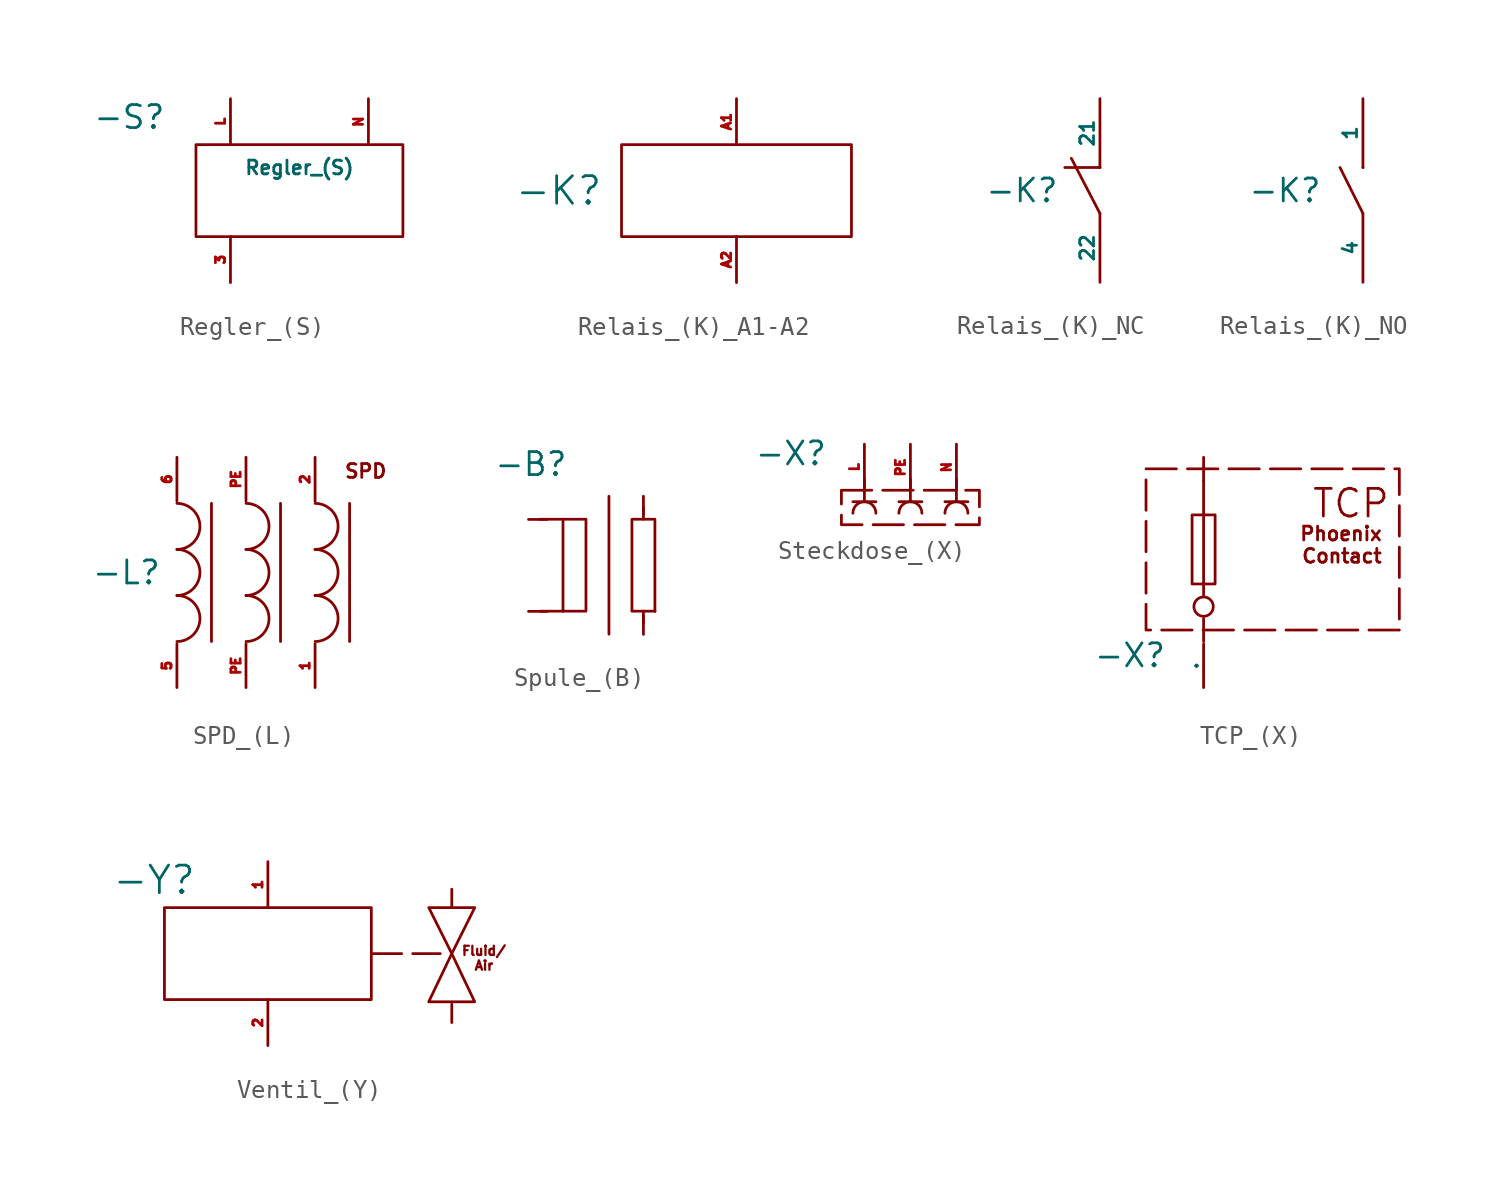
<source format=kicad_sym>
(kicad_symbol_lib
  (version 20241209)
  (generator "kicad_symbol_editor")
  (generator_version "9.0")
  (symbol "Regler_(S)"
    (power)
    (pin_names
      (hide yes))
    (property "Reference" "-S"
      (at -9.398 4.064 0)
      (effects (font (size 1.27 1.27))))
    (property "Value" "Regler_(S)"
      (at 0 1.27 0)
      (effects (font (size 0.762 0.762))))
    (symbol "Regler_(S)_0_1"
      (rectangle (start -5.715 2.54) (end 5.715 -2.54) (stroke (width 0) (type default)) (fill (type none))))
    (symbol "Regler_(S)_1_1"
      (pin input line (at -3.81 5.08 270) (length 2.54) (name "1" (effects (font (size 0.762 0.762)))) (number "L" (effects (font (size 0.508 0.508)))))
      (pin input line (at -3.81 -5.08 90) (length 2.54) (name "3" (effects (font (size 0.762 0.762)))) (number "3" (effects (font (size 0.508 0.508)))))
      (pin input line (at 3.81 5.08 270) (length 2.54) (name "4" (effects (font (size 0.762 0.762)))) (number "N" (effects (font (size 0.508 0.508)))))))
  (symbol "Relais_(K)_A1-A2"
    (pin_names
      (hide yes))
    (property "Reference" "-K"
      (at -7.366 0 0)
      (effects (font (size 1.524 1.524)) (justify right)))
    (property "Value" ""
      (at 0 0 0)
      (effects (font (size 1.27 1.27))))
    (symbol "Relais_(K)_A1-A2_0_1"
      (rectangle (start -6.35 2.54) (end 6.35 -2.54) (stroke (width 0) (type default)) (fill (type none))))
    (symbol "Relais_(K)_A1-A2_1_1"
      (pin input line (at 0 5.08 270) (length 2.54) (name "" (effects (font (size 0.762 0.762)))) (number "A1" (effects (font (size 0.508 0.508)))))
      (pin output line (at 0 -5.08 90) (length 2.54) (name "" (effects (font (size 0.762 0.762)))) (number "A2" (effects (font (size 0.508 0.508)))))))
  (symbol "Relais_(K)_NC"
    (pin_numbers
      (hide yes))
    (pin_names
      (offset 0))
    (property "Reference" "-K"
      (at -4.318 0 0)
      (effects (font (size 1.27 1.27))))
    (property "Value" ""
      (at 0 0 0)
      (effects (font (size 1.27 1.27))))
    (symbol "Relais_(K)_NC_0_1"
      (polyline (pts (xy 0 1.27) (xy -1.944 1.27)) (stroke (width 0) (type default)) (fill (type none)))
      (polyline (pts (xy 0 1.27) (xy 0 1.27)) (stroke (width 0) (type default)) (fill (type none)))
      (polyline (pts (xy 0 -1.27) (xy -1.583 1.78)) (stroke (width 0) (type default)) (fill (type none))))
    (symbol "Relais_(K)_NC_1_1"
      (pin input line (at 0 5.08 270) (length 3.81) (name "21" (effects (font (size 0.762 0.762)))) (number "1" (effects (font (size 0.508 0.508)))))
      (pin output line (at 0 -5.08 90) (length 3.81) (name "22" (effects (font (size 0.762 0.762)))) (number "2" (effects (font (size 0.508 0.508)))))))
  (symbol "Relais_(K)_NO"
    (pin_numbers
      (hide yes))
    (pin_names
      (offset 0))
    (property "Reference" "-K"
      (at -4.318 0 0)
      (effects (font (size 1.27 1.27))))
    (property "Value" ""
      (at 0 0 0)
      (effects (font (size 1.27 1.27))))
    (symbol "Relais_(K)_NO_0_1"
      (polyline (pts (xy 0 1.27) (xy 0 1.27)) (stroke (width 0) (type default)) (fill (type none)))
      (polyline (pts (xy 0 -1.27) (xy -1.27 1.27)) (stroke (width 0) (type default)) (fill (type none))))
    (symbol "Relais_(K)_NO_1_1"
      (pin input line (at 0 5.08 270) (length 3.81) (name "1" (effects (font (size 0.762 0.762)))) (number "1" (effects (font (size 0.508 0.508)))))
      (pin output line (at 0 -5.08 90) (length 3.81) (name "4" (effects (font (size 0.762 0.762)))) (number "4" (effects (font (size 0.508 0.508)))))))
  (symbol "SPD_(L)"
    (property "Reference" "-L"
      (at -6.604 0 0)
      (effects (font (size 1.27 1.27))))
    (property "Value" ""
      (at 0 0 0)
      (effects (font (size 1.27 1.27))))
    (symbol "SPD_(L)_0_1"
      (arc (start -3.81 3.81) (mid -2.54 2.54) (end -3.81 1.27) (stroke (width 0) (type default)) (fill (type none)))
      (arc (start -3.81 1.27) (mid -2.54 0) (end -3.81 -1.27) (stroke (width 0) (type default)) (fill (type none)))
      (arc (start -3.81 -1.27) (mid -2.54 -2.54) (end -3.81 -3.81) (stroke (width 0) (type default)) (fill (type none)))
      (polyline (pts (xy -1.905 -3.81) (xy -1.905 3.81)) (stroke (width 0) (type default)) (fill (type none)))
      (arc (start 0 3.81) (mid 1.27 2.54) (end 0 1.27) (stroke (width 0) (type default)) (fill (type none)))
      (arc (start 0 1.27) (mid 1.27 0) (end 0 -1.27) (stroke (width 0) (type default)) (fill (type none)))
      (arc (start 0 -1.27) (mid 1.27 -2.54) (end 0 -3.81) (stroke (width 0) (type default)) (fill (type none)))
      (polyline (pts (xy 1.905 -3.81) (xy 1.905 3.81)) (stroke (width 0) (type default)) (fill (type none)))
      (arc (start 3.81 3.81) (mid 5.08 2.54) (end 3.81 1.27) (stroke (width 0) (type default)) (fill (type none)))
      (arc (start 3.81 1.27) (mid 5.08 0) (end 3.81 -1.27) (stroke (width 0) (type default)) (fill (type none)))
      (arc (start 3.81 -1.27) (mid 5.08 -2.54) (end 3.81 -3.81) (stroke (width 0) (type default)) (fill (type none)))
      (polyline (pts (xy 5.715 -3.81) (xy 5.715 3.81)) (stroke (width 0) (type default)) (fill (type none))))
    (symbol "SPD_(L)_1_1"
      (text "SPD" (at 6.604 5.588 0) (effects (font (size 0.762 0.762))))
      (pin output line (at -3.81 6.35 270) (length 2.413) (name "" (effects (font (size 0.762 0.762)))) (number "6" (effects (font (size 0.508 0.508)))))
      (pin output line (at -3.81 -6.35 90) (length 2.413) (name "" (effects (font (size 0.762 0.762)))) (number "5" (effects (font (size 0.508 0.508)))))
      (pin output line (at 0 6.35 270) (length 2.413) (name "" (effects (font (size 0.762 0.762)))) (number "PE" (effects (font (size 0.508 0.508)))))
      (pin output line (at 0 -6.35 90) (length 2.413) (name "" (effects (font (size 0.762 0.762)))) (number "PE" (effects (font (size 0.508 0.508)))))
      (pin output line (at 3.81 6.35 270) (length 2.413) (name "" (effects (font (size 0.762 0.762)))) (number "2" (effects (font (size 0.508 0.508)))))
      (pin output line (at 3.81 -6.35 90) (length 2.413) (name "" (effects (font (size 0.762 0.762)))) (number "1" (effects (font (size 0.508 0.508)))))))
  (symbol "Spule_(B)"
    (property "Reference" "-B"
      (at -6.223 5.599 0)
      (effects (font (size 1.27 1.27))))
    (property "Value" ""
      (at 0 0 0)
      (effects (font (size 1.27 1.27))))
    (symbol "Spule_(B)_0_1"
      (polyline (pts (xy -1.905 3.821) (xy -1.905 -3.799)) (stroke (width 0) (type default)) (fill (type none)))
      (rectangle (start 0.635 -2.529) (end 0.635 -2.529) (stroke (width 0) (type default)) (fill (type none)))
      (rectangle (start 0.635 -2.529) (end 0.635 -2.529) (stroke (width 0) (type default)) (fill (type none))))
    (symbol "Spule_(B)_1_1"
      (rectangle (start -4.445 2.551) (end -3.175 -2.529) (stroke (width 0) (type solid)) (fill (type color) (color 0 0 0 0)))
      (polyline (pts (xy -4.445 2.551) (xy -5.715 2.551)) (stroke (width 0) (type default)) (fill (type none)))
      (polyline (pts (xy -4.445 -2.529) (xy -5.715 -2.529)) (stroke (width 0) (type default)) (fill (type none)))
      (rectangle (start -0.635 2.551) (end 0.635 -2.529) (stroke (width 0) (type solid)) (fill (type color) (color 0 0 0 0)))
      (polyline (pts (xy -0.0002 2.551) (xy -0.0002 3.186)) (stroke (width 0) (type default)) (fill (type none)))
      (polyline (pts (xy -0.0002 -2.529) (xy -0.0002 -3.164)) (stroke (width 0) (type default)) (fill (type none)))
      (pin bidirectional line (at -6.35 2.54 0) (length 1.016) (name "" (effects (font (size 1.27 1.27)))) (number "" (effects (font (size 1.016 1.016)))))
      (pin bidirectional line (at -6.35 -2.54 0) (length 1.016) (name "" (effects (font (size 1.27 1.27)))) (number "" (effects (font (size 1.016 1.016)))))
      (pin bidirectional line (at 0 3.824 270) (length 1.016) (name "" (effects (font (size 1.27 1.27)))) (number "" (effects (font (size 1.016 1.016)))))
      (pin bidirectional line (at 0 -3.81 90) (length 1.016) (name "" (effects (font (size 1.27 1.27)))) (number "" (effects (font (size 1.016 1.016)))))))
  (symbol "Steckdose_(X)"
    (pin_names
      (offset 0)
      (hide yes))
    (property "Reference" "-X"
      (at -6.604 3.302 0)
      (effects (font (size 1.27 1.27))))
    (symbol "Steckdose_(X)_0_1"
      (polyline (pts (xy -2.54 0.635) (xy -2.54 1.905)) (stroke (width 0) (type default)) (fill (type none)))
      (arc (start -3.175 0) (mid -2.54 0.635) (end -1.905 0) (stroke (width 0) (type default)) (fill (type none)))
      (polyline (pts (xy -1.905 0.635) (xy -3.175 0.635)) (stroke (width 0) (type default)) (fill (type none)))
      (polyline (pts (xy 0 0.635) (xy 0 1.905)) (stroke (width 0) (type default)) (fill (type none)))
      (arc (start -0.635 0) (mid 0 0.635) (end 0.635 0) (stroke (width 0) (type default)) (fill (type none)))
      (polyline (pts (xy 0.635 0.635) (xy -0.635 0.635)) (stroke (width 0) (type default)) (fill (type none)))
      (polyline (pts (xy 2.54 0.635) (xy 2.54 1.905)) (stroke (width 0) (type default)) (fill (type none)))
      (arc (start 1.905 0) (mid 2.54 0.635) (end 3.175 0) (stroke (width 0) (type default)) (fill (type none)))
      (polyline (pts (xy 3.175 0.635) (xy 1.905 0.635)) (stroke (width 0) (type default)) (fill (type none))))
    (symbol "Steckdose_(X)_1_1"
      (rectangle (start -3.81 1.27) (end 3.81 -0.635) (stroke (width 0) (type dash)) (fill (type none)))
      (pin input line (at -2.54 3.81 270) (length 2.54) (name "L" (effects (font (size 0.762 0.762)))) (number "L" (effects (font (size 0.508 0.508)))))
      (pin input line (at 0 3.81 270) (length 2.54) (name "PE" (effects (font (size 0.762 0.762)))) (number "PE" (effects (font (size 0.508 0.508)))))
      (pin input line (at 2.54 3.81 270) (length 2.54) (name "N" (effects (font (size 0.762 0.762)))) (number "N" (effects (font (size 0.508 0.508)))))))
  (symbol "TCP_(X)"
    (pin_names
      (offset 0))
    (property "Reference" "-X"
      (at -7.874 -5.842 0)
      (effects (font (size 1.27 1.27))))
    (property "Value" ""
      (at 0 0 0)
      (effects (font (size 1.27 1.27))))
    (symbol "TCP_(X)_0_1"
      (polyline (pts (xy -3.81 -5.08) (xy -3.81 -3.81)) (stroke (width 0) (type default)) (fill (type none))))
    (symbol "TCP_(X)_1_1"
      (rectangle (start -6.985 4.445) (end 6.985 -4.445) (stroke (width 0) (type dash)) (fill (type none)))
      (rectangle (start -4.445 1.905) (end -3.175 -1.905) (stroke (width 0) (type default)) (fill (type none)))
      (circle (center -3.81 -3.155) (radius 0.534) (stroke (width 0) (type default)) (fill (type none)))
      (polyline (pts (xy -3.81 3.81) (xy -3.81 -2.54)) (stroke (width 0) (type default)) (fill (type none)))
      (text "TCP" (at 4.318 2.54 0) (effects (font (size 1.524 1.524))))
      (text "Phoenix\nContact" (at 6.096 0.254 0) (effects (font (size 0.762 0.762)) (justify right)))
      (pin input line (at -3.81 5.08 270) (length 1.27) (name "" (effects (font (size 0.762 0.762)))) (number "" (effects (font (size 0.508 0.508)))))
      (pin output line (at -3.81 -7.62 90) (length 2.413) (name "." (effects (font (size 0.762 0.762)))) (number "" (effects (font (size 0.508 0.508)))))))
  (symbol "Ventil_(Y)"
    (property "Reference" "-Y"
      (at -8.636 4.064 0)
      (do_not_autoplace)
      (effects (font (size 1.524 1.524)) (justify left)))
    (property "Value" ""
      (at 0 0 0)
      (effects (font (size 1.27 1.27))))
    (symbol "Ventil_(Y)_0_1"
      (rectangle (start -5.715 2.54) (end 5.715 -2.54) (stroke (width 0) (type default)) (fill (type none))))
    (symbol "Ventil_(Y)_1_1"
      (polyline (pts (xy 5.715 0) (xy 9.525 0)) (stroke (width 0) (type dash)) (fill (type none)))
      (polyline (pts (xy 10.16 0) (xy 8.886 -2.662) (xy 11.426 -2.662) (xy 10.16 0) (xy 8.89 2.54) (xy 11.43 2.54) (xy 10.16 0)) (stroke (width 0) (type solid)) (fill (type none)))
      (text "Fluid/\nAir" (at 11.938 -0.254 0) (effects (font (size 0.508 0.508))))
      (pin input line (at 0 5.08 270) (length 2.54) (name "" (effects (font (size 0.762 0.762)))) (number "1" (effects (font (size 0.508 0.508)))))
      (pin output line (at 0 -5.08 90) (length 2.54) (name "" (effects (font (size 0.762 0.762)))) (number "2" (effects (font (size 0.508 0.508)))))
      (pin bidirectional line (at 10.16 3.556 270) (length 1.016) (name "" (effects (font (size 1.27 1.27)))) (number "" (effects (font (size 1.016 1.016)))))
      (pin bidirectional line (at 10.16 -3.81 90) (length 1.016) (name "" (effects (font (size 1.27 1.27)))) (number "" (effects (font (size 1.016 1.016))))))))
</source>
